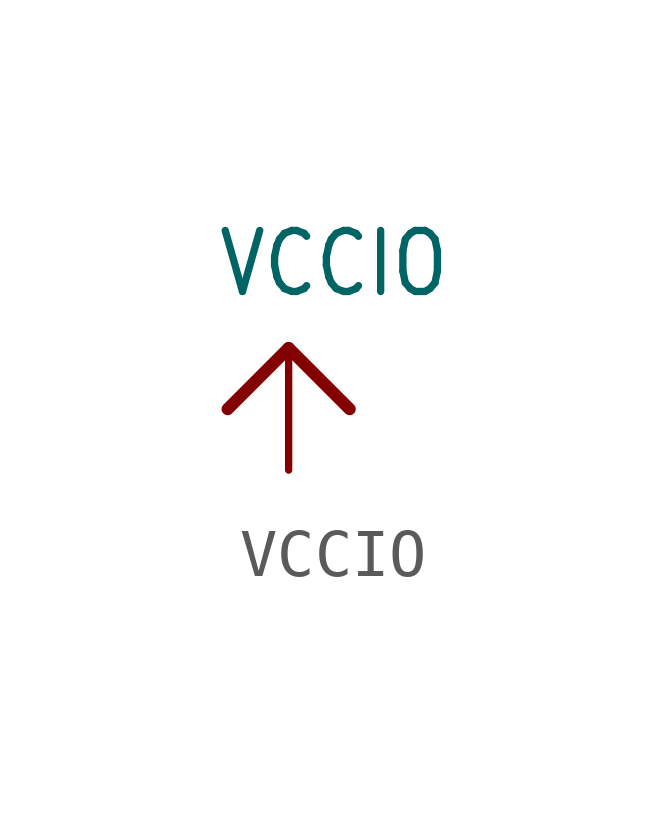
<source format=kicad_sym>
(kicad_symbol_lib
  (version 20220914)
  (generator kicad_symbol_editor)
  (symbol "VCCIO"
    (power)
    (property "Reference" ""
      (at 0 0 0)
      (effects (font (size 1.27 1.27)) hide))
    (property "Value" "VCCIO"
      (at -1.524 1.016 0)
      (effects (font (size 1.27 1.079)) (justify left bottom)))
    (property "ki_locked" ""
      (at 0 0 0)
      (effects (font (size 1.27 1.27))))
    (symbol "VCCIO_1_0"
      (polyline (pts (xy -1.27 -1.27) (xy 0 0)) (stroke (width 0.254) (type solid)) (fill (type none)))
      (polyline (pts (xy 0 0) (xy 1.27 -1.27)) (stroke (width 0.254) (type solid)) (fill (type none)))
      (pin power_in line (at 0 -2.54 90) (length 2.54) (name "VCCIO" (effects (font (size 0 0)))) (number "1" (effects (font (size 0 0))))))))
</source>
